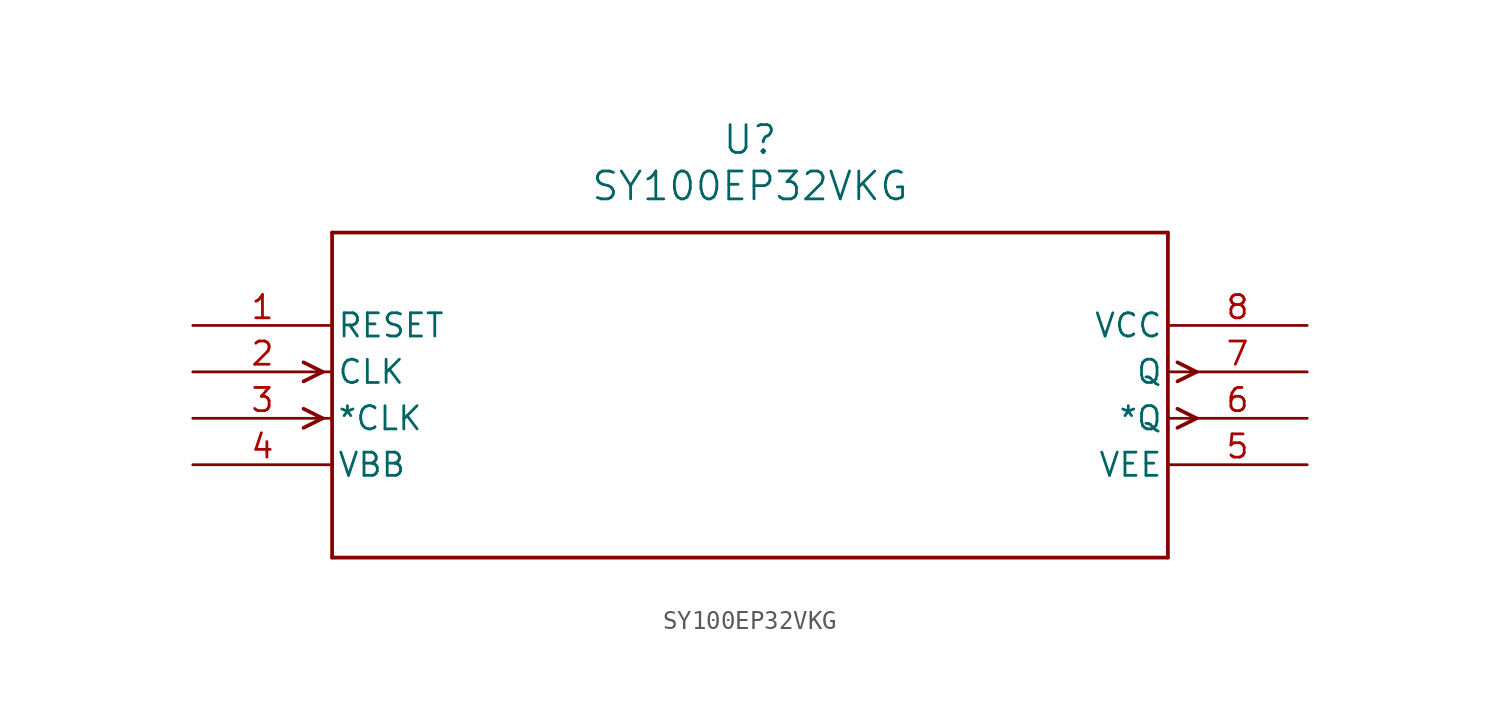
<source format=kicad_sym>
(kicad_symbol_lib
  (version 20211014)
  (generator kicad_symbol_editor)
  (symbol "SY100EP32VKG"
    (pin_names
      (offset 0.254))
    (property "Reference" "U"
      (at 30.48 10.16 0)
      (effects (font (size 1.524 1.524))))
    (property "Value" "SY100EP32VKG"
      (at 30.48 7.62 0)
      (effects (font (size 1.524 1.524))))
    (symbol "SY100EP32VKG_0_1"
      (polyline (pts (xy 7.099 -2.54) (xy 6.058 -2.019)) (stroke (width 0.203) (type default) (color 0 0 0 0)) (fill (type none)))
      (polyline (pts (xy 7.099 -2.54) (xy 6.058 -3.061)) (stroke (width 0.203) (type default) (color 0 0 0 0)) (fill (type none)))
      (polyline (pts (xy 7.099 -5.08) (xy 6.058 -4.559)) (stroke (width 0.203) (type default) (color 0 0 0 0)) (fill (type none)))
      (polyline (pts (xy 7.099 -5.08) (xy 6.058 -5.601)) (stroke (width 0.203) (type default) (color 0 0 0 0)) (fill (type none)))
      (polyline (pts (xy 53.861 -4.559) (xy 54.902 -5.08)) (stroke (width 0.203) (type default) (color 0 0 0 0)) (fill (type none)))
      (polyline (pts (xy 53.861 -5.601) (xy 54.902 -5.08)) (stroke (width 0.203) (type default) (color 0 0 0 0)) (fill (type none)))
      (polyline (pts (xy 53.861 -2.019) (xy 54.902 -2.54)) (stroke (width 0.203) (type default) (color 0 0 0 0)) (fill (type none)))
      (polyline (pts (xy 53.861 -3.061) (xy 54.902 -2.54)) (stroke (width 0.203) (type default) (color 0 0 0 0)) (fill (type none)))
      (polyline (pts (xy 7.62 5.08) (xy 7.62 -12.7)) (stroke (width 0.203) (type default) (color 0 0 0 0)) (fill (type none)))
      (polyline (pts (xy 7.62 -12.7) (xy 53.34 -12.7)) (stroke (width 0.203) (type default) (color 0 0 0 0)) (fill (type none)))
      (polyline (pts (xy 53.34 -12.7) (xy 53.34 5.08)) (stroke (width 0.203) (type default) (color 0 0 0 0)) (fill (type none)))
      (polyline (pts (xy 53.34 5.08) (xy 7.62 5.08)) (stroke (width 0.203) (type default) (color 0 0 0 0)) (fill (type none)))
      (pin unspecified line (at 0 0 0) (length 7.62) (name "RESET" (effects (font (size 1.27 1.27)))) (number "1" (effects (font (size 1.27 1.27)))))
      (pin input line (at 0 -2.54 0) (length 7.62) (name "CLK" (effects (font (size 1.27 1.27)))) (number "2" (effects (font (size 1.27 1.27)))))
      (pin input line (at 0 -5.08 0) (length 7.62) (name "*CLK" (effects (font (size 1.27 1.27)))) (number "3" (effects (font (size 1.27 1.27)))))
      (pin power_in line (at 0 -7.62 0) (length 7.62) (name "VBB" (effects (font (size 1.27 1.27)))) (number "4" (effects (font (size 1.27 1.27)))))
      (pin power_in line (at 60.96 -7.62 180) (length 7.62) (name "VEE" (effects (font (size 1.27 1.27)))) (number "5" (effects (font (size 1.27 1.27)))))
      (pin output line (at 60.96 -5.08 180) (length 7.62) (name "*Q" (effects (font (size 1.27 1.27)))) (number "6" (effects (font (size 1.27 1.27)))))
      (pin output line (at 60.96 -2.54 180) (length 7.62) (name "Q" (effects (font (size 1.27 1.27)))) (number "7" (effects (font (size 1.27 1.27)))))
      (pin power_in line (at 60.96 0 180) (length 7.62) (name "VCC" (effects (font (size 1.27 1.27)))) (number "8" (effects (font (size 1.27 1.27))))))))
</source>
